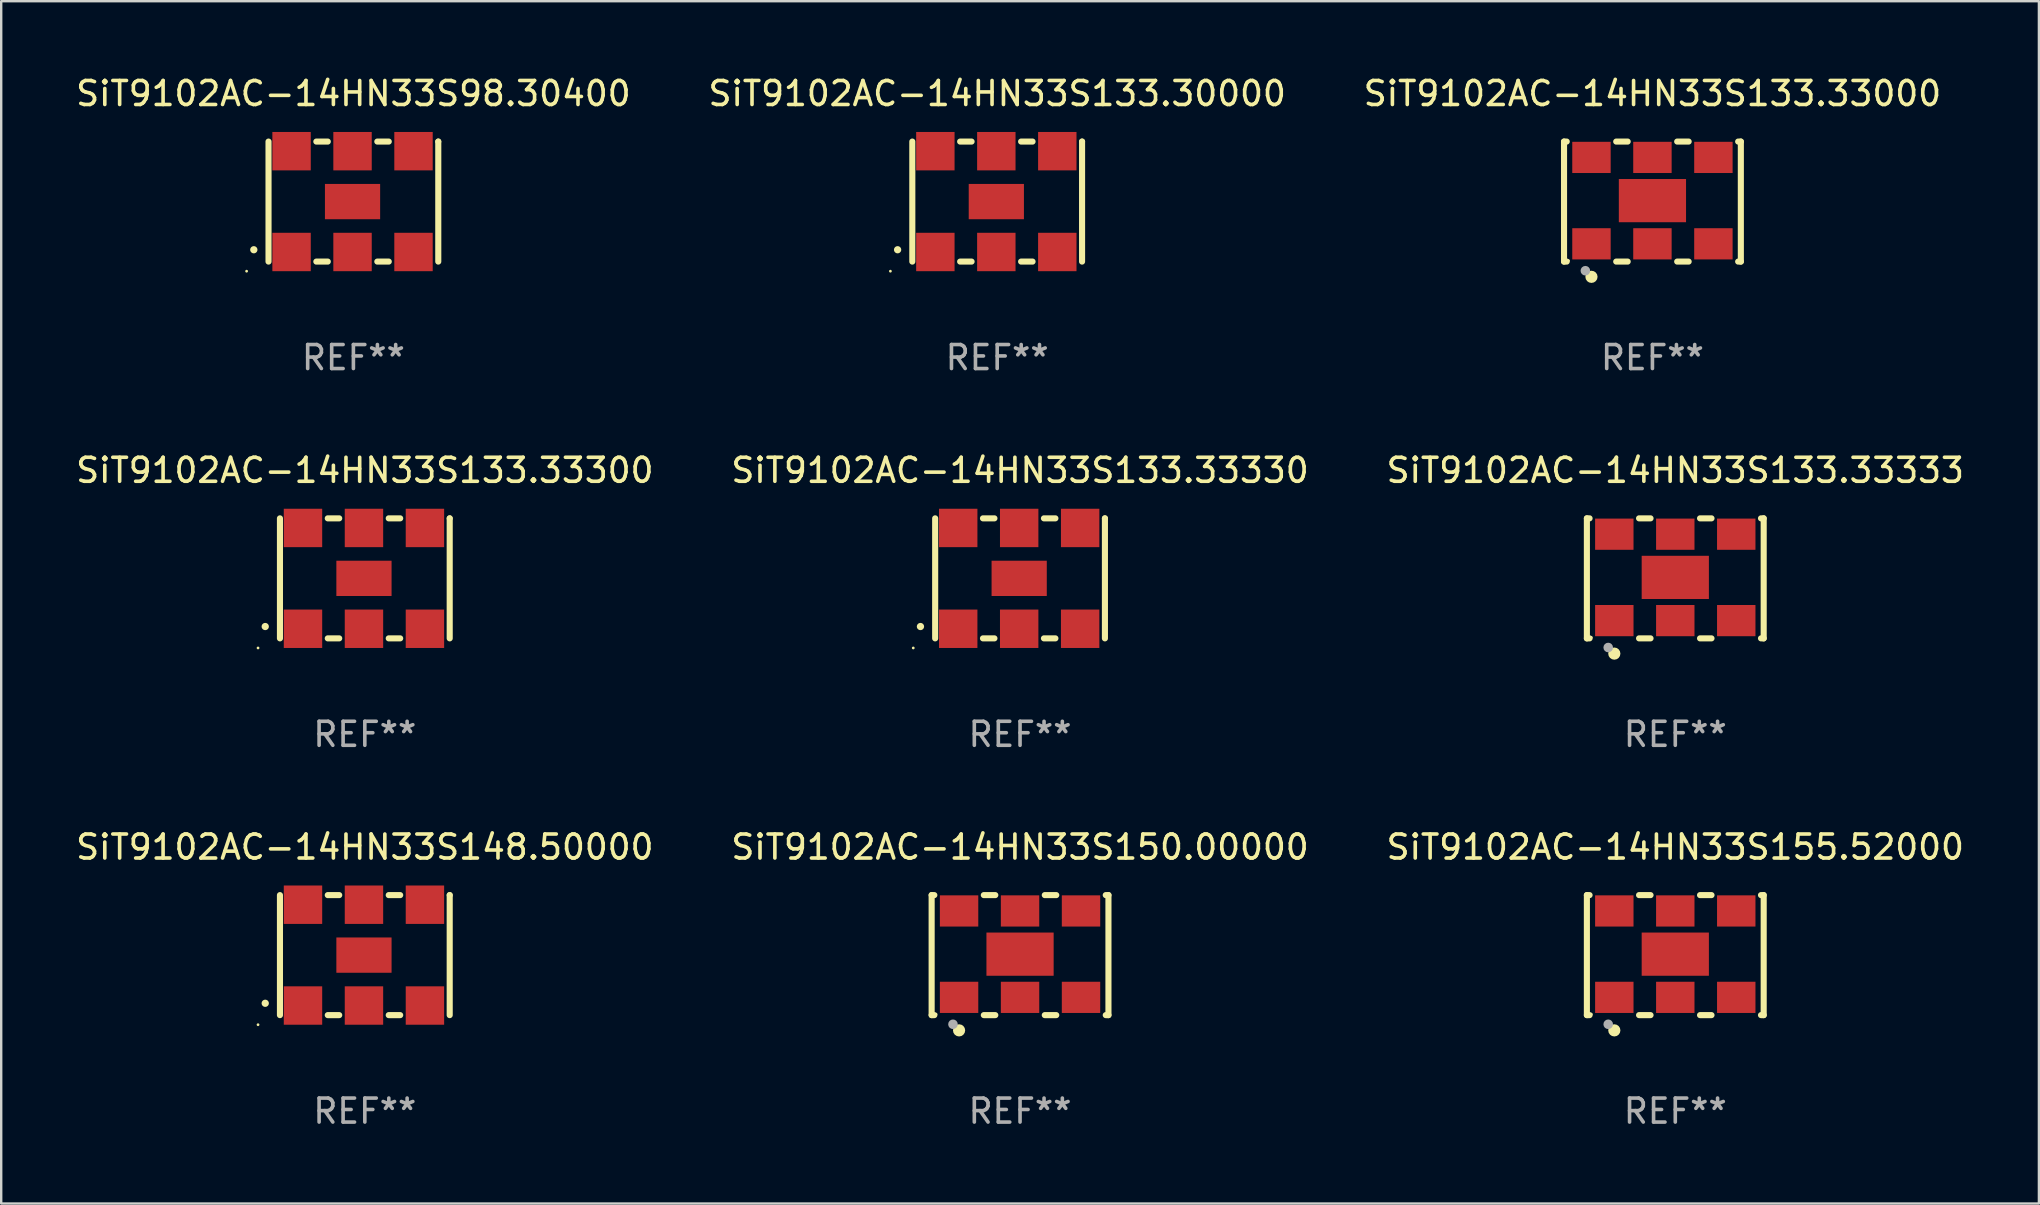
<source format=kicad_pcb>
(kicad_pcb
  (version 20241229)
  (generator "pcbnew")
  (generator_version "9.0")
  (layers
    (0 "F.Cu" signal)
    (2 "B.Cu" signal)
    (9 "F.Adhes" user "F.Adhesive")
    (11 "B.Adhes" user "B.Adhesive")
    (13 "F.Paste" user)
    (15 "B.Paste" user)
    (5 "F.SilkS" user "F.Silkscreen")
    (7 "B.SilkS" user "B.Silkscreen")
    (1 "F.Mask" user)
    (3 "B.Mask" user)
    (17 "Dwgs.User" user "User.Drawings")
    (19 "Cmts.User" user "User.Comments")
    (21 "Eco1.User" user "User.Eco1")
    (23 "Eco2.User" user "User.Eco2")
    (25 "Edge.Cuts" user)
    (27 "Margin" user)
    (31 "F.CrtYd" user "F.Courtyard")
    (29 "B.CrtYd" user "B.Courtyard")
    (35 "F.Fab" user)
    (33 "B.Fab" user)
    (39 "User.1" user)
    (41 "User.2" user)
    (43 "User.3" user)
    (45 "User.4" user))
  (footprint "SiT9102AC-14HN33S150.00000"
    (layer "F.Cu")
    (at 39.446 36.741)
    (property "Reference" "SiT9102AC-14HN33S150.00000" (at 0 -4.5 0) (layer "F.SilkS") (effects (font (size 1 1) (thickness 0.15))))
    (attr through_hole)
    (fp_line (start -3.683 -2.5) (end -3.571 -2.5) (stroke (width 0.254) (type solid)) (layer "F.SilkS"))
    (fp_line (start -3.683 2.5) (end -3.683 -2.5) (stroke (width 0.254) (type solid)) (layer "F.SilkS"))
    (fp_line (start -3.683 2.5) (end -3.571 2.5) (stroke (width 0.254) (type solid)) (layer "F.SilkS"))
    (fp_line (start -1.509 -2.5) (end -1.031 -2.5) (stroke (width 0.254) (type solid)) (layer "F.SilkS"))
    (fp_line (start -1.509 2.5) (end -1.031 2.5) (stroke (width 0.254) (type solid)) (layer "F.SilkS"))
    (fp_line (start 1.031 -2.5) (end 1.509 -2.5) (stroke (width 0.254) (type solid)) (layer "F.SilkS"))
    (fp_line (start 1.031 2.5) (end 1.509 2.5) (stroke (width 0.254) (type solid)) (layer "F.SilkS"))
    (fp_line (start 3.571 -2.5) (end 3.683 -2.5) (stroke (width 0.254) (type solid)) (layer "F.SilkS"))
    (fp_line (start 3.571 2.5) (end 3.683 2.5) (stroke (width 0.254) (type solid)) (layer "F.SilkS"))
    (fp_line (start 3.683 2.5) (end 3.683 -2.5) (stroke (width 0.254) (type solid)) (layer "F.SilkS"))
    (fp_circle (center -3.5 2.46) (end -3.47 2.46) (stroke (width 0.06) (type solid)) (fill no) (layer "F.SilkS"))
    (fp_circle (center -2.54 3.135) (end -2.413 3.135) (stroke (width 0.254) (type solid)) (fill no) (layer "F.SilkS"))
    (fp_circle (center -2.794 2.881) (end -2.694 2.881) (stroke (width 0.2) (type solid)) (fill no) (layer "F.Fab"))
    (fp_text user "REF**" (at 0 6.5 0) (layer "F.Fab") (effects (font (size 1 1) (thickness 0.15))))
    (pad "1" smd rect (at -2.54 1.76) (size 1.6 1.3) (layers "F.Cu" "F.Mask" "F.Paste"))
    (pad "2" smd rect (at 0 1.76) (size 1.6 1.3) (layers "F.Cu" "F.Mask" "F.Paste"))
    (pad "3" smd rect (at 2.54 1.76) (size 1.6 1.3) (layers "F.Cu" "F.Mask" "F.Paste"))
    (pad "4" smd rect (at 2.54 -1.84) (size 1.6 1.3) (layers "F.Cu" "F.Mask" "F.Paste"))
    (pad "5" smd rect (at 0 -1.84) (size 1.6 1.3) (layers "F.Cu" "F.Mask" "F.Paste"))
    (pad "6" smd rect (at -2.54 -1.84) (size 1.6 1.3) (layers "F.Cu" "F.Mask" "F.Paste"))
    (pad "7" smd rect (at 0 -0.04) (size 2.8 1.8) (layers "F.Cu" "F.Mask" "F.Paste")))
  (footprint "SiT9102AC-14HN33S133.33000"
    (layer "F.Cu")
    (at 65.792 5.348)
    (property "Reference" "SiT9102AC-14HN33S133.33000" (at 0 -4.5 0) (layer "F.SilkS") (effects (font (size 1 1) (thickness 0.15))))
    (attr through_hole)
    (fp_line (start -3.683 -2.5) (end -3.571 -2.5) (stroke (width 0.254) (type solid)) (layer "F.SilkS"))
    (fp_line (start -3.683 2.5) (end -3.683 -2.5) (stroke (width 0.254) (type solid)) (layer "F.SilkS"))
    (fp_line (start -3.683 2.5) (end -3.571 2.5) (stroke (width 0.254) (type solid)) (layer "F.SilkS"))
    (fp_line (start -1.509 -2.5) (end -1.031 -2.5) (stroke (width 0.254) (type solid)) (layer "F.SilkS"))
    (fp_line (start -1.509 2.5) (end -1.031 2.5) (stroke (width 0.254) (type solid)) (layer "F.SilkS"))
    (fp_line (start 1.031 -2.5) (end 1.509 -2.5) (stroke (width 0.254) (type solid)) (layer "F.SilkS"))
    (fp_line (start 1.031 2.5) (end 1.509 2.5) (stroke (width 0.254) (type solid)) (layer "F.SilkS"))
    (fp_line (start 3.571 -2.5) (end 3.683 -2.5) (stroke (width 0.254) (type solid)) (layer "F.SilkS"))
    (fp_line (start 3.571 2.5) (end 3.683 2.5) (stroke (width 0.254) (type solid)) (layer "F.SilkS"))
    (fp_line (start 3.683 2.5) (end 3.683 -2.5) (stroke (width 0.254) (type solid)) (layer "F.SilkS"))
    (fp_circle (center -3.5 2.46) (end -3.47 2.46) (stroke (width 0.06) (type solid)) (fill no) (layer "F.SilkS"))
    (fp_circle (center -2.54 3.135) (end -2.413 3.135) (stroke (width 0.254) (type solid)) (fill no) (layer "F.SilkS"))
    (fp_circle (center -2.794 2.881) (end -2.694 2.881) (stroke (width 0.2) (type solid)) (fill no) (layer "F.Fab"))
    (fp_text user "REF**" (at 0 6.5 0) (layer "F.Fab") (effects (font (size 1 1) (thickness 0.15))))
    (pad "1" smd rect (at -2.54 1.76) (size 1.6 1.3) (layers "F.Cu" "F.Mask" "F.Paste"))
    (pad "2" smd rect (at 0 1.76) (size 1.6 1.3) (layers "F.Cu" "F.Mask" "F.Paste"))
    (pad "3" smd rect (at 2.54 1.76) (size 1.6 1.3) (layers "F.Cu" "F.Mask" "F.Paste"))
    (pad "4" smd rect (at 2.54 -1.84) (size 1.6 1.3) (layers "F.Cu" "F.Mask" "F.Paste"))
    (pad "5" smd rect (at 0 -1.84) (size 1.6 1.3) (layers "F.Cu" "F.Mask" "F.Paste"))
    (pad "6" smd rect (at -2.54 -1.84) (size 1.6 1.3) (layers "F.Cu" "F.Mask" "F.Paste"))
    (pad "7" smd rect (at 0 -0.04) (size 2.8 1.8) (layers "F.Cu" "F.Mask" "F.Paste")))
  (footprint "SiT9102AC-14HN33S155.52000"
    (layer "F.Cu")
    (at 66.744 36.741)
    (property "Reference" "SiT9102AC-14HN33S155.52000" (at 0 -4.5 0) (layer "F.SilkS") (effects (font (size 1 1) (thickness 0.15))))
    (attr through_hole)
    (fp_line (start -3.683 -2.5) (end -3.571 -2.5) (stroke (width 0.254) (type solid)) (layer "F.SilkS"))
    (fp_line (start -3.683 2.5) (end -3.683 -2.5) (stroke (width 0.254) (type solid)) (layer "F.SilkS"))
    (fp_line (start -3.683 2.5) (end -3.571 2.5) (stroke (width 0.254) (type solid)) (layer "F.SilkS"))
    (fp_line (start -1.509 -2.5) (end -1.031 -2.5) (stroke (width 0.254) (type solid)) (layer "F.SilkS"))
    (fp_line (start -1.509 2.5) (end -1.031 2.5) (stroke (width 0.254) (type solid)) (layer "F.SilkS"))
    (fp_line (start 1.031 -2.5) (end 1.509 -2.5) (stroke (width 0.254) (type solid)) (layer "F.SilkS"))
    (fp_line (start 1.031 2.5) (end 1.509 2.5) (stroke (width 0.254) (type solid)) (layer "F.SilkS"))
    (fp_line (start 3.571 -2.5) (end 3.683 -2.5) (stroke (width 0.254) (type solid)) (layer "F.SilkS"))
    (fp_line (start 3.571 2.5) (end 3.683 2.5) (stroke (width 0.254) (type solid)) (layer "F.SilkS"))
    (fp_line (start 3.683 2.5) (end 3.683 -2.5) (stroke (width 0.254) (type solid)) (layer "F.SilkS"))
    (fp_circle (center -3.5 2.46) (end -3.47 2.46) (stroke (width 0.06) (type solid)) (fill no) (layer "F.SilkS"))
    (fp_circle (center -2.54 3.135) (end -2.413 3.135) (stroke (width 0.254) (type solid)) (fill no) (layer "F.SilkS"))
    (fp_circle (center -2.794 2.881) (end -2.694 2.881) (stroke (width 0.2) (type solid)) (fill no) (layer "F.Fab"))
    (fp_text user "REF**" (at 0 6.5 0) (layer "F.Fab") (effects (font (size 1 1) (thickness 0.15))))
    (pad "1" smd rect (at -2.54 1.76) (size 1.6 1.3) (layers "F.Cu" "F.Mask" "F.Paste"))
    (pad "2" smd rect (at 0 1.76) (size 1.6 1.3) (layers "F.Cu" "F.Mask" "F.Paste"))
    (pad "3" smd rect (at 2.54 1.76) (size 1.6 1.3) (layers "F.Cu" "F.Mask" "F.Paste"))
    (pad "4" smd rect (at 2.54 -1.84) (size 1.6 1.3) (layers "F.Cu" "F.Mask" "F.Paste"))
    (pad "5" smd rect (at 0 -1.84) (size 1.6 1.3) (layers "F.Cu" "F.Mask" "F.Paste"))
    (pad "6" smd rect (at -2.54 -1.84) (size 1.6 1.3) (layers "F.Cu" "F.Mask" "F.Paste"))
    (pad "7" smd rect (at 0 -0.04) (size 2.8 1.8) (layers "F.Cu" "F.Mask" "F.Paste")))
  (footprint "SiT9102AC-14HN33S133.33333"
    (layer "F.Cu")
    (at 66.744 21.045)
    (property "Reference" "SiT9102AC-14HN33S133.33333" (at 0 -4.5 0) (layer "F.SilkS") (effects (font (size 1 1) (thickness 0.15))))
    (attr through_hole)
    (fp_line (start -3.683 -2.5) (end -3.571 -2.5) (stroke (width 0.254) (type solid)) (layer "F.SilkS"))
    (fp_line (start -3.683 2.5) (end -3.683 -2.5) (stroke (width 0.254) (type solid)) (layer "F.SilkS"))
    (fp_line (start -3.683 2.5) (end -3.571 2.5) (stroke (width 0.254) (type solid)) (layer "F.SilkS"))
    (fp_line (start -1.509 -2.5) (end -1.031 -2.5) (stroke (width 0.254) (type solid)) (layer "F.SilkS"))
    (fp_line (start -1.509 2.5) (end -1.031 2.5) (stroke (width 0.254) (type solid)) (layer "F.SilkS"))
    (fp_line (start 1.031 -2.5) (end 1.509 -2.5) (stroke (width 0.254) (type solid)) (layer "F.SilkS"))
    (fp_line (start 1.031 2.5) (end 1.509 2.5) (stroke (width 0.254) (type solid)) (layer "F.SilkS"))
    (fp_line (start 3.571 -2.5) (end 3.683 -2.5) (stroke (width 0.254) (type solid)) (layer "F.SilkS"))
    (fp_line (start 3.571 2.5) (end 3.683 2.5) (stroke (width 0.254) (type solid)) (layer "F.SilkS"))
    (fp_line (start 3.683 2.5) (end 3.683 -2.5) (stroke (width 0.254) (type solid)) (layer "F.SilkS"))
    (fp_circle (center -3.5 2.46) (end -3.47 2.46) (stroke (width 0.06) (type solid)) (fill no) (layer "F.SilkS"))
    (fp_circle (center -2.54 3.135) (end -2.413 3.135) (stroke (width 0.254) (type solid)) (fill no) (layer "F.SilkS"))
    (fp_circle (center -2.794 2.881) (end -2.694 2.881) (stroke (width 0.2) (type solid)) (fill no) (layer "F.Fab"))
    (fp_text user "REF**" (at 0 6.5 0) (layer "F.Fab") (effects (font (size 1 1) (thickness 0.15))))
    (pad "1" smd rect (at -2.54 1.76) (size 1.6 1.3) (layers "F.Cu" "F.Mask" "F.Paste"))
    (pad "2" smd rect (at 0 1.76) (size 1.6 1.3) (layers "F.Cu" "F.Mask" "F.Paste"))
    (pad "3" smd rect (at 2.54 1.76) (size 1.6 1.3) (layers "F.Cu" "F.Mask" "F.Paste"))
    (pad "4" smd rect (at 2.54 -1.84) (size 1.6 1.3) (layers "F.Cu" "F.Mask" "F.Paste"))
    (pad "5" smd rect (at 0 -1.84) (size 1.6 1.3) (layers "F.Cu" "F.Mask" "F.Paste"))
    (pad "6" smd rect (at -2.54 -1.84) (size 1.6 1.3) (layers "F.Cu" "F.Mask" "F.Paste"))
    (pad "7" smd rect (at 0 -0.04) (size 2.8 1.8) (layers "F.Cu" "F.Mask" "F.Paste")))
  (footprint "SiT9102AC-14HN33S133.33300"
    (layer "F.Cu")
    (at 12.149 21.045)
    (property "Reference" "SiT9102AC-14HN33S133.33300" (at 0 -4.5 0) (layer "F.SilkS") (effects (font (size 1 1) (thickness 0.15))))
    (attr through_hole)
    (fp_line (start -3.536 -2.5) (end -3.536 2.5) (stroke (width 0.254) (type solid)) (layer "F.SilkS"))
    (fp_line (start -1.544 2.5) (end -1.067 2.5) (stroke (width 0.254) (type solid)) (layer "F.SilkS"))
    (fp_line (start -1.067 -2.5) (end -1.544 -2.5) (stroke (width 0.254) (type solid)) (layer "F.SilkS"))
    (fp_line (start 0.996 2.5) (end 1.473 2.5) (stroke (width 0.254) (type solid)) (layer "F.SilkS"))
    (fp_line (start 1.473 -2.5) (end 0.996 -2.5) (stroke (width 0.254) (type solid)) (layer "F.SilkS"))
    (fp_line (start 3.536 -2.5) (end 3.536 -2.5) (stroke (width 0.254) (type solid)) (layer "F.SilkS"))
    (fp_line (start 3.536 2.5) (end 3.536 -2.5) (stroke (width 0.254) (type solid)) (layer "F.SilkS"))
    (fp_arc (start -4.150432 2.006604) (mid -4.149162 2.006599) (end -4.147892 2.006604) (stroke (width 0.3) (type solid)) (layer "F.SilkS"))
    (fp_circle (center -4.449 2.9) (end -4.419 2.9) (stroke (width 0.06) (type solid)) (fill no) (layer "F.SilkS"))
    (fp_text user "REF**" (at 0 6.5 0) (layer "F.Fab") (effects (font (size 1 1) (thickness 0.15))))
    (pad "1" smd rect (at -2.576 2.1) (size 1.6 1.6) (layers "F.Cu" "F.Mask" "F.Paste"))
    (pad "2" smd rect (at -0.036 2.1) (size 1.6 1.6) (layers "F.Cu" "F.Mask" "F.Paste"))
    (pad "3" smd rect (at 2.504 2.1) (size 1.6 1.6) (layers "F.Cu" "F.Mask" "F.Paste"))
    (pad "4" smd rect (at 2.504 -2.1) (size 1.6 1.6) (layers "F.Cu" "F.Mask" "F.Paste"))
    (pad "5" smd rect (at -0.036 -2.1) (size 1.6 1.6) (layers "F.Cu" "F.Mask" "F.Paste"))
    (pad "6" smd rect (at -2.576 -2.1) (size 1.6 1.6) (layers "F.Cu" "F.Mask" "F.Paste"))
    (pad "7" smd rect (at -0.036 0) (size 2.3 1.47) (layers "F.Cu" "F.Mask" "F.Paste")))
  (footprint "SiT9102AC-14HN33S148.50000"
    (layer "F.Cu")
    (at 12.149 36.741)
    (property "Reference" "SiT9102AC-14HN33S148.50000" (at 0 -4.5 0) (layer "F.SilkS") (effects (font (size 1 1) (thickness 0.15))))
    (attr through_hole)
    (fp_line (start -3.536 -2.5) (end -3.536 2.5) (stroke (width 0.254) (type solid)) (layer "F.SilkS"))
    (fp_line (start -1.544 2.5) (end -1.067 2.5) (stroke (width 0.254) (type solid)) (layer "F.SilkS"))
    (fp_line (start -1.067 -2.5) (end -1.544 -2.5) (stroke (width 0.254) (type solid)) (layer "F.SilkS"))
    (fp_line (start 0.996 2.5) (end 1.473 2.5) (stroke (width 0.254) (type solid)) (layer "F.SilkS"))
    (fp_line (start 1.473 -2.5) (end 0.996 -2.5) (stroke (width 0.254) (type solid)) (layer "F.SilkS"))
    (fp_line (start 3.536 -2.5) (end 3.536 -2.5) (stroke (width 0.254) (type solid)) (layer "F.SilkS"))
    (fp_line (start 3.536 2.5) (end 3.536 -2.5) (stroke (width 0.254) (type solid)) (layer "F.SilkS"))
    (fp_arc (start -4.150432 2.006604) (mid -4.149162 2.006599) (end -4.147892 2.006604) (stroke (width 0.3) (type solid)) (layer "F.SilkS"))
    (fp_circle (center -4.449 2.9) (end -4.419 2.9) (stroke (width 0.06) (type solid)) (fill no) (layer "F.SilkS"))
    (fp_text user "REF**" (at 0 6.5 0) (layer "F.Fab") (effects (font (size 1 1) (thickness 0.15))))
    (pad "1" smd rect (at -2.576 2.1) (size 1.6 1.6) (layers "F.Cu" "F.Mask" "F.Paste"))
    (pad "2" smd rect (at -0.036 2.1) (size 1.6 1.6) (layers "F.Cu" "F.Mask" "F.Paste"))
    (pad "3" smd rect (at 2.504 2.1) (size 1.6 1.6) (layers "F.Cu" "F.Mask" "F.Paste"))
    (pad "4" smd rect (at 2.504 -2.1) (size 1.6 1.6) (layers "F.Cu" "F.Mask" "F.Paste"))
    (pad "5" smd rect (at -0.036 -2.1) (size 1.6 1.6) (layers "F.Cu" "F.Mask" "F.Paste"))
    (pad "6" smd rect (at -2.576 -2.1) (size 1.6 1.6) (layers "F.Cu" "F.Mask" "F.Paste"))
    (pad "7" smd rect (at -0.036 0) (size 2.3 1.47) (layers "F.Cu" "F.Mask" "F.Paste")))
  (footprint "SiT9102AC-14HN33S98.30400"
    (layer "F.Cu")
    (at 11.673 5.348)
    (property "Reference" "SiT9102AC-14HN33S98.30400" (at 0 -4.5 0) (layer "F.SilkS") (effects (font (size 1 1) (thickness 0.15))))
    (attr through_hole)
    (fp_line (start -3.536 -2.5) (end -3.536 2.5) (stroke (width 0.254) (type solid)) (layer "F.SilkS"))
    (fp_line (start -1.544 2.5) (end -1.067 2.5) (stroke (width 0.254) (type solid)) (layer "F.SilkS"))
    (fp_line (start -1.067 -2.5) (end -1.544 -2.5) (stroke (width 0.254) (type solid)) (layer "F.SilkS"))
    (fp_line (start 0.996 2.5) (end 1.473 2.5) (stroke (width 0.254) (type solid)) (layer "F.SilkS"))
    (fp_line (start 1.473 -2.5) (end 0.996 -2.5) (stroke (width 0.254) (type solid)) (layer "F.SilkS"))
    (fp_line (start 3.536 -2.5) (end 3.536 -2.5) (stroke (width 0.254) (type solid)) (layer "F.SilkS"))
    (fp_line (start 3.536 2.5) (end 3.536 -2.5) (stroke (width 0.254) (type solid)) (layer "F.SilkS"))
    (fp_arc (start -4.150432 2.006604) (mid -4.149162 2.006599) (end -4.147892 2.006604) (stroke (width 0.3) (type solid)) (layer "F.SilkS"))
    (fp_circle (center -4.449 2.9) (end -4.419 2.9) (stroke (width 0.06) (type solid)) (fill no) (layer "F.SilkS"))
    (fp_text user "REF**" (at 0 6.5 0) (layer "F.Fab") (effects (font (size 1 1) (thickness 0.15))))
    (pad "1" smd rect (at -2.576 2.1) (size 1.6 1.6) (layers "F.Cu" "F.Mask" "F.Paste"))
    (pad "2" smd rect (at -0.036 2.1) (size 1.6 1.6) (layers "F.Cu" "F.Mask" "F.Paste"))
    (pad "3" smd rect (at 2.504 2.1) (size 1.6 1.6) (layers "F.Cu" "F.Mask" "F.Paste"))
    (pad "4" smd rect (at 2.504 -2.1) (size 1.6 1.6) (layers "F.Cu" "F.Mask" "F.Paste"))
    (pad "5" smd rect (at -0.036 -2.1) (size 1.6 1.6) (layers "F.Cu" "F.Mask" "F.Paste"))
    (pad "6" smd rect (at -2.576 -2.1) (size 1.6 1.6) (layers "F.Cu" "F.Mask" "F.Paste"))
    (pad "7" smd rect (at -0.036 0) (size 2.3 1.47) (layers "F.Cu" "F.Mask" "F.Paste")))
  (footprint "SiT9102AC-14HN33S133.33330"
    (layer "F.Cu")
    (at 39.446 21.045)
    (property "Reference" "SiT9102AC-14HN33S133.33330" (at 0 -4.5 0) (layer "F.SilkS") (effects (font (size 1 1) (thickness 0.15))))
    (attr through_hole)
    (fp_line (start -3.536 -2.5) (end -3.536 2.5) (stroke (width 0.254) (type solid)) (layer "F.SilkS"))
    (fp_line (start -1.544 2.5) (end -1.067 2.5) (stroke (width 0.254) (type solid)) (layer "F.SilkS"))
    (fp_line (start -1.067 -2.5) (end -1.544 -2.5) (stroke (width 0.254) (type solid)) (layer "F.SilkS"))
    (fp_line (start 0.996 2.5) (end 1.473 2.5) (stroke (width 0.254) (type solid)) (layer "F.SilkS"))
    (fp_line (start 1.473 -2.5) (end 0.996 -2.5) (stroke (width 0.254) (type solid)) (layer "F.SilkS"))
    (fp_line (start 3.536 -2.5) (end 3.536 -2.5) (stroke (width 0.254) (type solid)) (layer "F.SilkS"))
    (fp_line (start 3.536 2.5) (end 3.536 -2.5) (stroke (width 0.254) (type solid)) (layer "F.SilkS"))
    (fp_arc (start -4.150432 2.006604) (mid -4.149162 2.006599) (end -4.147892 2.006604) (stroke (width 0.3) (type solid)) (layer "F.SilkS"))
    (fp_circle (center -4.449 2.9) (end -4.419 2.9) (stroke (width 0.06) (type solid)) (fill no) (layer "F.SilkS"))
    (fp_text user "REF**" (at 0 6.5 0) (layer "F.Fab") (effects (font (size 1 1) (thickness 0.15))))
    (pad "1" smd rect (at -2.576 2.1) (size 1.6 1.6) (layers "F.Cu" "F.Mask" "F.Paste"))
    (pad "2" smd rect (at -0.036 2.1) (size 1.6 1.6) (layers "F.Cu" "F.Mask" "F.Paste"))
    (pad "3" smd rect (at 2.504 2.1) (size 1.6 1.6) (layers "F.Cu" "F.Mask" "F.Paste"))
    (pad "4" smd rect (at 2.504 -2.1) (size 1.6 1.6) (layers "F.Cu" "F.Mask" "F.Paste"))
    (pad "5" smd rect (at -0.036 -2.1) (size 1.6 1.6) (layers "F.Cu" "F.Mask" "F.Paste"))
    (pad "6" smd rect (at -2.576 -2.1) (size 1.6 1.6) (layers "F.Cu" "F.Mask" "F.Paste"))
    (pad "7" smd rect (at -0.036 0) (size 2.3 1.47) (layers "F.Cu" "F.Mask" "F.Paste")))
  (footprint "SiT9102AC-14HN33S133.30000"
    (layer "F.Cu")
    (at 38.494 5.348)
    (property "Reference" "SiT9102AC-14HN33S133.30000" (at 0 -4.5 0) (layer "F.SilkS") (effects (font (size 1 1) (thickness 0.15))))
    (attr through_hole)
    (fp_line (start -3.536 -2.5) (end -3.536 2.5) (stroke (width 0.254) (type solid)) (layer "F.SilkS"))
    (fp_line (start -1.544 2.5) (end -1.067 2.5) (stroke (width 0.254) (type solid)) (layer "F.SilkS"))
    (fp_line (start -1.067 -2.5) (end -1.544 -2.5) (stroke (width 0.254) (type solid)) (layer "F.SilkS"))
    (fp_line (start 0.996 2.5) (end 1.473 2.5) (stroke (width 0.254) (type solid)) (layer "F.SilkS"))
    (fp_line (start 1.473 -2.5) (end 0.996 -2.5) (stroke (width 0.254) (type solid)) (layer "F.SilkS"))
    (fp_line (start 3.536 -2.5) (end 3.536 -2.5) (stroke (width 0.254) (type solid)) (layer "F.SilkS"))
    (fp_line (start 3.536 2.5) (end 3.536 -2.5) (stroke (width 0.254) (type solid)) (layer "F.SilkS"))
    (fp_arc (start -4.150432 2.006604) (mid -4.149162 2.006599) (end -4.147892 2.006604) (stroke (width 0.3) (type solid)) (layer "F.SilkS"))
    (fp_circle (center -4.449 2.9) (end -4.419 2.9) (stroke (width 0.06) (type solid)) (fill no) (layer "F.SilkS"))
    (fp_text user "REF**" (at 0 6.5 0) (layer "F.Fab") (effects (font (size 1 1) (thickness 0.15))))
    (pad "1" smd rect (at -2.576 2.1) (size 1.6 1.6) (layers "F.Cu" "F.Mask" "F.Paste"))
    (pad "2" smd rect (at -0.036 2.1) (size 1.6 1.6) (layers "F.Cu" "F.Mask" "F.Paste"))
    (pad "3" smd rect (at 2.504 2.1) (size 1.6 1.6) (layers "F.Cu" "F.Mask" "F.Paste"))
    (pad "4" smd rect (at 2.504 -2.1) (size 1.6 1.6) (layers "F.Cu" "F.Mask" "F.Paste"))
    (pad "5" smd rect (at -0.036 -2.1) (size 1.6 1.6) (layers "F.Cu" "F.Mask" "F.Paste"))
    (pad "6" smd rect (at -2.576 -2.1) (size 1.6 1.6) (layers "F.Cu" "F.Mask" "F.Paste"))
    (pad "7" smd rect (at -0.036 0) (size 2.3 1.47) (layers "F.Cu" "F.Mask" "F.Paste")))
  (gr_rect
    (start -3 -3)
    (end 81.893 47.09)
    (stroke (width 0.1) (type default))
    (fill no)
    (layer "Edge.Cuts")))
</source>
